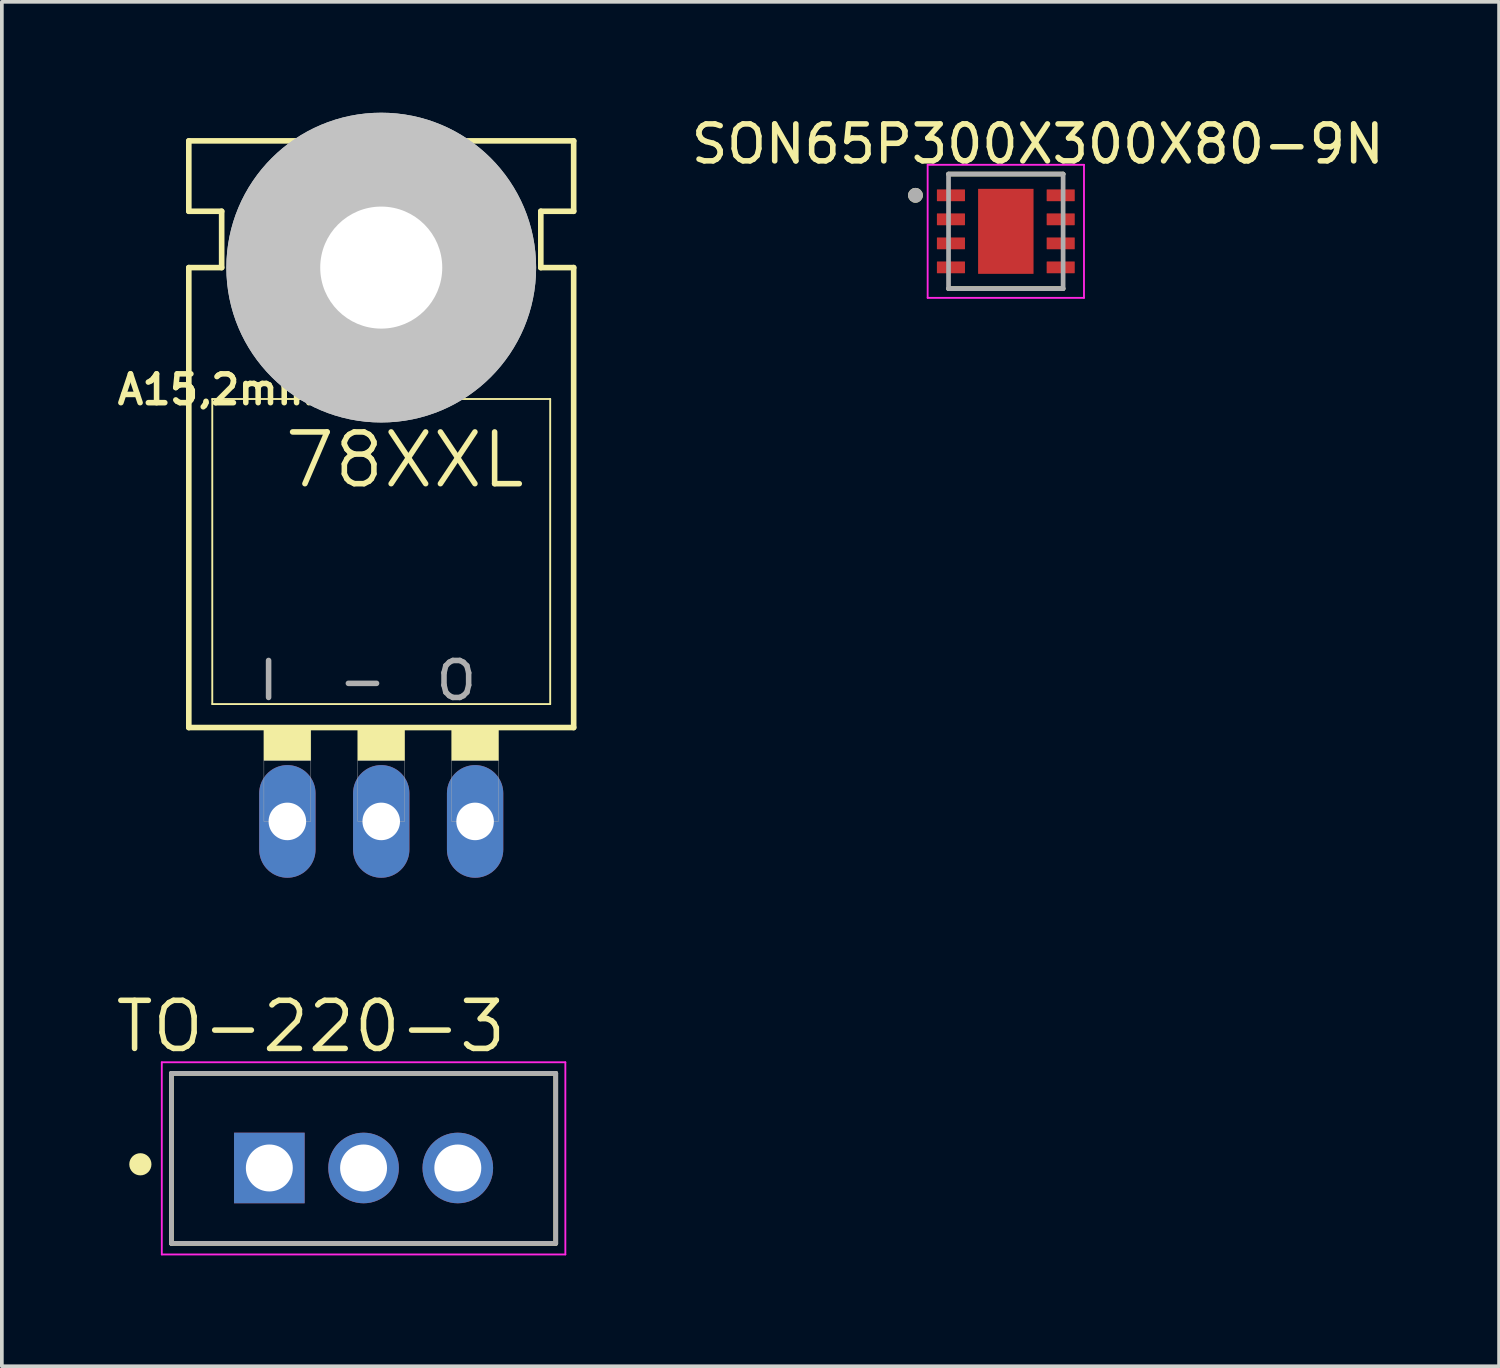
<source format=kicad_pcb>
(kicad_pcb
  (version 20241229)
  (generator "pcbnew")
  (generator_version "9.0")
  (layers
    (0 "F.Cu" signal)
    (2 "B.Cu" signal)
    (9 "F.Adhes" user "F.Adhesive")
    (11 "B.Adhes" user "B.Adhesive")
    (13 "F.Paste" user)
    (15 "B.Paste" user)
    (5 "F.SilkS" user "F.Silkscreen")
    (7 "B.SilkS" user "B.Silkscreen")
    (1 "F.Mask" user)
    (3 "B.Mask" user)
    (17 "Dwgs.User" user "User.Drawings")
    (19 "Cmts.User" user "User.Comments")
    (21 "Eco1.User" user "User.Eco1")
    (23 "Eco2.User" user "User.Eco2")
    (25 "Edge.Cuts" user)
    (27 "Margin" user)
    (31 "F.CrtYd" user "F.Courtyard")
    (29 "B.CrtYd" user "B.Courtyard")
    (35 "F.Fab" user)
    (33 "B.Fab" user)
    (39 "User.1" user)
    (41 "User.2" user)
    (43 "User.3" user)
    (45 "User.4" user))
  (footprint "SON65P300X300X80-9N"
    (layer "F.Cu")
    (at 24.167 3.21)
    (property "Reference" "SON65P300X300X80-9N" (at 0.865 -2.362 0) (layer "F.SilkS") (effects (font (size 1 1) (thickness 0.15))))
    (attr through_hole)
    (fp_line (start -1.55 -1.55) (end 1.55 -1.55) (stroke (width 0.127) (type solid)) (layer "F.SilkS"))
    (fp_line (start -1.55 1.55) (end 1.55 1.55) (stroke (width 0.127) (type solid)) (layer "F.SilkS"))
    (fp_circle (center -2.445 -0.975) (end -2.345 -0.975) (stroke (width 0.2) (type solid)) (fill no) (layer "F.SilkS"))
    (fp_poly (pts (xy -0.47 -0.73) (xy 0.47 -0.73) (xy 0.47 0.73) (xy -0.47 0.73)) (stroke (width 0.01) (type solid)) (fill yes) (layer "F.Paste"))
    (fp_line (start -2.115 -1.8) (end -2.115 1.8) (stroke (width 0.05) (type solid)) (layer "F.CrtYd"))
    (fp_line (start -2.115 -1.8) (end 2.115 -1.8) (stroke (width 0.05) (type solid)) (layer "F.CrtYd"))
    (fp_line (start -2.115 1.8) (end 2.115 1.8) (stroke (width 0.05) (type solid)) (layer "F.CrtYd"))
    (fp_line (start 2.115 -1.8) (end 2.115 1.8) (stroke (width 0.05) (type solid)) (layer "F.CrtYd"))
    (fp_line (start -1.55 -1.55) (end -1.55 1.55) (stroke (width 0.127) (type solid)) (layer "F.Fab"))
    (fp_line (start -1.55 -1.55) (end 1.55 -1.55) (stroke (width 0.127) (type solid)) (layer "F.Fab"))
    (fp_line (start -1.55 1.55) (end 1.55 1.55) (stroke (width 0.127) (type solid)) (layer "F.Fab"))
    (fp_line (start 1.55 -1.55) (end 1.55 1.55) (stroke (width 0.127) (type solid)) (layer "F.Fab"))
    (fp_circle (center -2.445 -0.975) (end -2.345 -0.975) (stroke (width 0.2) (type solid)) (fill no) (layer "F.Fab"))
    (pad "1" smd roundrect (at -1.485 -0.975) (size 0.76 0.32) (layers "F.Cu" "F.Mask" "F.Paste") (roundrect_rratio 0.04))
    (pad "2" smd roundrect (at -1.485 -0.325) (size 0.76 0.32) (layers "F.Cu" "F.Mask" "F.Paste") (roundrect_rratio 0.04))
    (pad "3" smd roundrect (at -1.485 0.325) (size 0.76 0.32) (layers "F.Cu" "F.Mask" "F.Paste") (roundrect_rratio 0.04))
    (pad "4" smd roundrect (at -1.485 0.975) (size 0.76 0.32) (layers "F.Cu" "F.Mask" "F.Paste") (roundrect_rratio 0.04))
    (pad "5" smd roundrect (at 1.485 0.975) (size 0.76 0.32) (layers "F.Cu" "F.Mask" "F.Paste") (roundrect_rratio 0.04))
    (pad "6" smd roundrect (at 1.485 0.325) (size 0.76 0.32) (layers "F.Cu" "F.Mask" "F.Paste") (roundrect_rratio 0.04))
    (pad "7" smd roundrect (at 1.485 -0.325) (size 0.76 0.32) (layers "F.Cu" "F.Mask" "F.Paste") (roundrect_rratio 0.04))
    (pad "8" smd roundrect (at 1.485 -0.975) (size 0.76 0.32) (layers "F.Cu" "F.Mask" "F.Paste") (roundrect_rratio 0.04))
    (pad "9" smd rect (at 0 0) (size 1.5 2.3) (layers "F.Cu" "F.Mask")))
  (footprint "TO-220-3"
    (layer "F.Cu")
    (at 6.788 28.295)
    (property "Reference" "TO-220-3" (at -1.426 -3.57 0) (layer "F.SilkS") (effects (font (size 1.301 1.301) (thickness 0.15))))
    (attr through_hole)
    (fp_line (start -5.2 -2.3) (end -5.2 2.3) (stroke (width 0.127) (type solid)) (layer "F.SilkS"))
    (fp_line (start -5.2 -2.3) (end 5.2 -2.3) (stroke (width 0.127) (type solid)) (layer "F.SilkS"))
    (fp_line (start -5.2 2.3) (end 5.2 2.3) (stroke (width 0.127) (type solid)) (layer "F.SilkS"))
    (fp_line (start 5.2 2.3) (end 5.2 -2.3) (stroke (width 0.127) (type solid)) (layer "F.SilkS"))
    (fp_circle (center -6.04 0.16) (end -5.89 0.16) (stroke (width 0.3) (type solid)) (fill no) (layer "F.SilkS"))
    (fp_line (start -5.46 -2.6) (end 5.46 -2.6) (stroke (width 0.05) (type solid)) (layer "F.CrtYd"))
    (fp_line (start -5.46 2.6) (end -5.46 -2.6) (stroke (width 0.05) (type solid)) (layer "F.CrtYd"))
    (fp_line (start 5.46 -2.6) (end 5.46 2.6) (stroke (width 0.05) (type solid)) (layer "F.CrtYd"))
    (fp_line (start 5.46 2.6) (end -5.46 2.6) (stroke (width 0.05) (type solid)) (layer "F.CrtYd"))
    (fp_line (start -5.2 -2.3) (end 5.2 -2.3) (stroke (width 0.127) (type solid)) (layer "F.Fab"))
    (fp_line (start -5.2 2.3) (end -5.2 -2.3) (stroke (width 0.127) (type solid)) (layer "F.Fab"))
    (fp_line (start 5.2 -2.3) (end 5.2 2.3) (stroke (width 0.127) (type solid)) (layer "F.Fab"))
    (fp_line (start 5.2 2.3) (end -5.2 2.3) (stroke (width 0.127) (type solid)) (layer "F.Fab"))
    (fp_circle (center -2.53 0.16) (end -2.38 0.16) (stroke (width 0.3) (type solid)) (fill no) (layer "F.Fab"))
    (pad "1" thru_hole rect (at -2.55 0.26) (size 1.91 1.91) (drill 1.27) (layers "*.Cu" "*.Mask"))
    (pad "2" thru_hole circle (at 0 0.26) (size 1.91 1.91) (drill 1.27) (layers "*.Cu" "*.Mask"))
    (pad "3" thru_hole circle (at 2.55 0.26) (size 1.91 1.91) (drill 1.27) (layers "*.Cu" "*.Mask")))
  (footprint "78XXL"
    (layer "F.Cu")
    (at 7.266 15.367)
    (property "Reference" "78XXL" (at 0.635 -5.969 0) (layer "F.SilkS") (effects (font (size 1.4 1.4) (thickness 0.15))))
    (attr through_hole)
    (fp_line (start -5.207 -12.7) (end -5.207 -14.605) (stroke (width 0.152) (type solid)) (layer "F.SilkS"))
    (fp_line (start -5.207 -11.176) (end -4.318 -11.176) (stroke (width 0.152) (type solid)) (layer "F.SilkS"))
    (fp_line (start -5.207 1.27) (end -5.207 -11.176) (stroke (width 0.152) (type solid)) (layer "F.SilkS"))
    (fp_line (start -5.207 1.27) (end 5.207 1.27) (stroke (width 0.152) (type solid)) (layer "F.SilkS"))
    (fp_line (start -4.572 0.635) (end -4.572 -7.62) (stroke (width 0.051) (type solid)) (layer "F.SilkS"))
    (fp_line (start -4.572 0.635) (end 4.572 0.635) (stroke (width 0.051) (type solid)) (layer "F.SilkS"))
    (fp_line (start -4.318 -12.7) (end -5.207 -12.7) (stroke (width 0.152) (type solid)) (layer "F.SilkS"))
    (fp_line (start -4.318 -11.176) (end -4.318 -12.7) (stroke (width 0.152) (type solid)) (layer "F.SilkS"))
    (fp_line (start 4.318 -12.7) (end 5.207 -12.7) (stroke (width 0.152) (type solid)) (layer "F.SilkS"))
    (fp_line (start 4.318 -11.176) (end 4.318 -12.7) (stroke (width 0.152) (type solid)) (layer "F.SilkS"))
    (fp_line (start 4.572 -7.62) (end -4.572 -7.62) (stroke (width 0.051) (type solid)) (layer "F.SilkS"))
    (fp_line (start 4.572 -7.62) (end 4.572 0.635) (stroke (width 0.051) (type solid)) (layer "F.SilkS"))
    (fp_line (start 5.207 -14.605) (end -5.207 -14.605) (stroke (width 0.152) (type solid)) (layer "F.SilkS"))
    (fp_line (start 5.207 -12.7) (end 5.207 -14.605) (stroke (width 0.152) (type solid)) (layer "F.SilkS"))
    (fp_line (start 5.207 -11.176) (end 4.318 -11.176) (stroke (width 0.152) (type solid)) (layer "F.SilkS"))
    (fp_line (start 5.207 1.27) (end 5.207 -11.176) (stroke (width 0.152) (type solid)) (layer "F.SilkS"))
    (fp_circle (center 0 -11.176) (end 1.803 -11.176) (stroke (width 0.152) (type solid)) (fill no) (layer "F.SilkS"))
    (fp_poly (pts (xy -3.175 1.27) (xy -1.905 1.27) (xy -1.905 2.159) (xy -3.175 2.159)) (stroke (width 0.01) (type solid)) (fill yes) (layer "F.SilkS"))
    (fp_poly (pts (xy -0.635 1.27) (xy 0.635 1.27) (xy 0.635 2.159) (xy -0.635 2.159)) (stroke (width 0.01) (type solid)) (fill yes) (layer "F.SilkS"))
    (fp_poly (pts (xy 1.905 1.27) (xy 3.175 1.27) (xy 3.175 2.159) (xy 1.905 2.159)) (stroke (width 0.01) (type solid)) (fill yes) (layer "F.SilkS"))
    (fp_circle (center 0 -11.176) (end 4.191 -11.176) (stroke (width 0) (type solid)) (fill yes) (layer "Dwgs.User"))
    (fp_circle (center 0 -11.176) (end 4.191 -11.176) (stroke (width 0) (type solid)) (fill yes) (layer "Dwgs.User"))
    (fp_poly (pts (xy -3.175 2.159) (xy -1.905 2.159) (xy -1.905 3.81) (xy -3.175 3.81)) (stroke (width 0.01) (type solid)) (fill no) (layer "F.Fab"))
    (fp_poly (pts (xy -0.635 2.159) (xy 0.635 2.159) (xy 0.635 3.81) (xy -0.635 3.81)) (stroke (width 0.01) (type solid)) (fill no) (layer "F.Fab"))
    (fp_poly (pts (xy 1.905 2.159) (xy 3.175 2.159) (xy 3.175 3.81) (xy 1.905 3.81)) (stroke (width 0.01) (type solid)) (fill no) (layer "F.Fab"))
    (fp_text user "A15,2mm" (at -4.445 -7.874 0) (layer "F.SilkS") (effects (font (size 0.78 0.78) (thickness 0.15))))
    (fp_text user "-" (at -0.508 0 0) (layer "F.Fab") (effects (font (size 1 1) (thickness 0.15))))
    (fp_text user "I" (at -3.048 0 0) (layer "F.Fab") (effects (font (size 1 1) (thickness 0.15))))
    (fp_text user "O" (at 2.032 0 0) (layer "F.Fab") (effects (font (size 1 1) (thickness 0.15))))
    (pad "" np_thru_hole circle (at 0 -11.176) (size 3.302 3.302) (drill 3.302) (layers "*.Cu" "*.Mask"))
    (pad "GND" thru_hole oval (at 0 3.81) (size 1.524 3.048) (drill 1.016) (layers "*.Cu" "*.Mask"))
    (pad "IN" thru_hole oval (at -2.54 3.81) (size 1.524 3.048) (drill 1.016) (layers "*.Cu" "*.Mask"))
    (pad "OUT" thru_hole oval (at 2.54 3.81) (size 1.524 3.048) (drill 1.016) (layers "*.Cu" "*.Mask")))
  (gr_rect
    (start -3 -3)
    (end 37.514 33.92)
    (stroke (width 0.1) (type default))
    (fill no)
    (layer "Edge.Cuts")))
</source>
